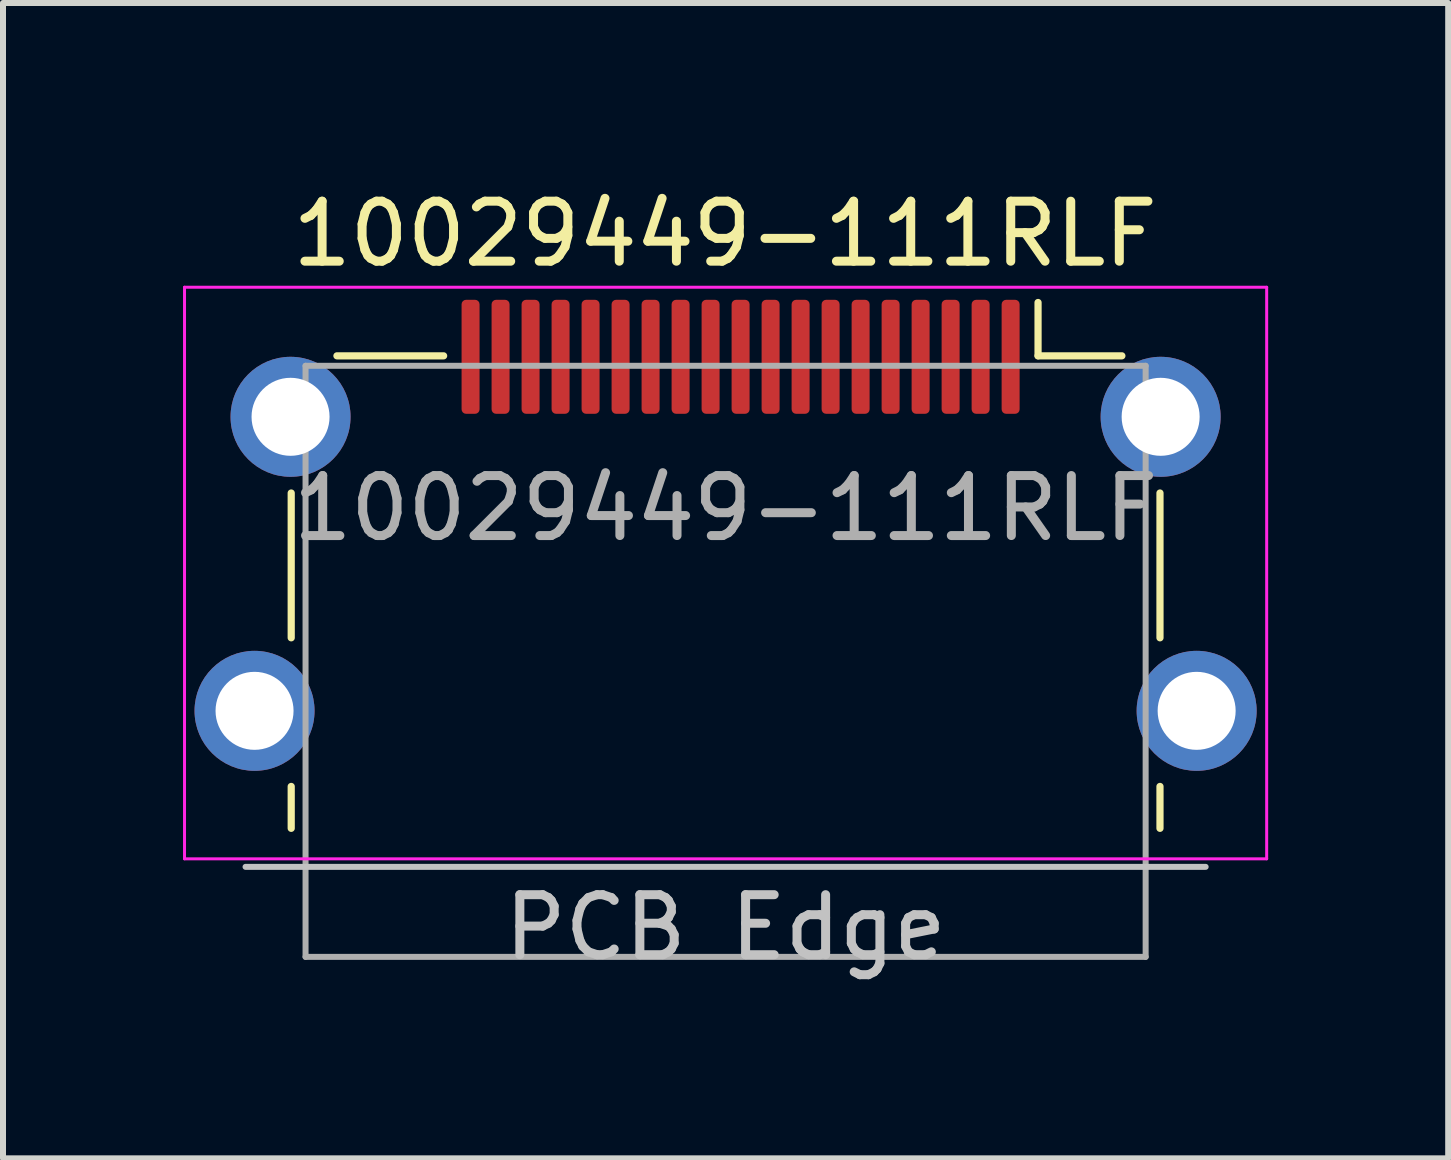
<source format=kicad_pcb>
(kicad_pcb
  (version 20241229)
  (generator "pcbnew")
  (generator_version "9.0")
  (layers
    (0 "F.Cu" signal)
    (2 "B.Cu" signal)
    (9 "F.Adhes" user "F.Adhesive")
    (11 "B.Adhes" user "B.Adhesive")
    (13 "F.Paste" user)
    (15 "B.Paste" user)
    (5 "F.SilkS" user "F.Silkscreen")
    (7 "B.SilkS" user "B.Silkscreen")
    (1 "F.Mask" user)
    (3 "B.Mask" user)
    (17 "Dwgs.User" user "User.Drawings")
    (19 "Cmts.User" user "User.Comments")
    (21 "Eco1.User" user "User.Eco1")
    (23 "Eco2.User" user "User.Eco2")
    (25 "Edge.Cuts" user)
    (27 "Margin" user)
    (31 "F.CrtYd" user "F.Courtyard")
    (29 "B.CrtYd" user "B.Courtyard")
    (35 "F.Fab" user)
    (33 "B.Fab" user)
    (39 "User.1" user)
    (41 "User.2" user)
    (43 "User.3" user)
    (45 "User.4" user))
  (footprint "10029449-111RLF"
    (layer "F.Cu")
    (at 9.042 3.896)
    (property "Reference" "10029449-111RLF" (at -0.01 -3.048 0) (layer "F.SilkS") (effects (font (size 1 1) (thickness 0.15))))
    (attr smd)
    (fp_line (start -7.239 3.683) (end -7.239 1.27) (stroke (width 0.12) (type solid)) (layer "F.SilkS"))
    (fp_line (start -7.239 6.858) (end -7.239 6.16) (stroke (width 0.12) (type solid)) (layer "F.SilkS"))
    (fp_line (start -6.477 -1.016) (end -4.699 -1.016) (stroke (width 0.12) (type solid)) (layer "F.SilkS"))
    (fp_line (start 5.207 -1.905) (end 5.207 -1.016) (stroke (width 0.12) (type solid)) (layer "F.SilkS"))
    (fp_line (start 6.604 -1.016) (end 5.207 -1.016) (stroke (width 0.12) (type solid)) (layer "F.SilkS"))
    (fp_line (start 7.239 3.683) (end 7.239 1.27) (stroke (width 0.12) (type solid)) (layer "F.SilkS"))
    (fp_line (start 7.239 6.858) (end 7.239 6.16) (stroke (width 0.12) (type solid)) (layer "F.SilkS"))
    (fp_line (start -8 7.5) (end 8 7.5) (stroke (width 0.1) (type solid)) (layer "Dwgs.User"))
    (fp_line (start -9.017 7.366) (end -9.017 -2.159) (stroke (width 0.05) (type solid)) (layer "F.CrtYd"))
    (fp_line (start -9.017 7.366) (end 9.017 7.366) (stroke (width 0.05) (type solid)) (layer "F.CrtYd"))
    (fp_line (start 9.017 -2.159) (end -9.017 -2.159) (stroke (width 0.05) (type solid)) (layer "F.CrtYd"))
    (fp_line (start 9.017 7.366) (end 9.017 -2.159) (stroke (width 0.05) (type solid)) (layer "F.CrtYd"))
    (fp_line (start -7 -0.85) (end -7 9) (stroke (width 0.1) (type solid)) (layer "F.Fab"))
    (fp_line (start -7 -0.85) (end 7 -0.85) (stroke (width 0.1) (type solid)) (layer "F.Fab"))
    (fp_line (start -7 9) (end 7 9) (stroke (width 0.1) (type solid)) (layer "F.Fab"))
    (fp_line (start 7 -0.85) (end 7 9) (stroke (width 0.1) (type solid)) (layer "F.Fab"))
    (fp_text user "PCB Edge" (at 0 8.509 0) (layer "Dwgs.User") (effects (font (size 1 1) (thickness 0.15))))
    (fp_text user "${REFERENCE}" (at 0 1.524 0) (layer "F.Fab") (effects (font (size 1 1) (thickness 0.15))))
    (pad "1" smd roundrect (at 4.75 -1) (size 0.3 1.9) (layers "F.Cu" "F.Mask" "F.Paste") (roundrect_rratio 0.25))
    (pad "2" smd roundrect (at 4.25 -1) (size 0.3 1.9) (layers "F.Cu" "F.Mask" "F.Paste") (roundrect_rratio 0.25))
    (pad "3" smd roundrect (at 3.75 -1) (size 0.3 1.9) (layers "F.Cu" "F.Mask" "F.Paste") (roundrect_rratio 0.25))
    (pad "4" smd roundrect (at 3.25 -1) (size 0.3 1.9) (layers "F.Cu" "F.Mask" "F.Paste") (roundrect_rratio 0.25))
    (pad "5" smd roundrect (at 2.75 -1) (size 0.3 1.9) (layers "F.Cu" "F.Mask" "F.Paste") (roundrect_rratio 0.25))
    (pad "6" smd roundrect (at 2.25 -1) (size 0.3 1.9) (layers "F.Cu" "F.Mask" "F.Paste") (roundrect_rratio 0.25))
    (pad "7" smd roundrect (at 1.75 -1) (size 0.3 1.9) (layers "F.Cu" "F.Mask" "F.Paste") (roundrect_rratio 0.25))
    (pad "8" smd roundrect (at 1.25 -1) (size 0.3 1.9) (layers "F.Cu" "F.Mask" "F.Paste") (roundrect_rratio 0.25))
    (pad "9" smd roundrect (at 0.75 -1) (size 0.3 1.9) (layers "F.Cu" "F.Mask" "F.Paste") (roundrect_rratio 0.25))
    (pad "10" smd roundrect (at 0.25 -1) (size 0.3 1.9) (layers "F.Cu" "F.Mask" "F.Paste") (roundrect_rratio 0.25))
    (pad "11" smd roundrect (at -0.25 -1) (size 0.3 1.9) (layers "F.Cu" "F.Mask" "F.Paste") (roundrect_rratio 0.25))
    (pad "12" smd roundrect (at -0.75 -1) (size 0.3 1.9) (layers "F.Cu" "F.Mask" "F.Paste") (roundrect_rratio 0.25))
    (pad "13" smd roundrect (at -1.25 -1) (size 0.3 1.9) (layers "F.Cu" "F.Mask" "F.Paste") (roundrect_rratio 0.25))
    (pad "14" smd roundrect (at -1.75 -1) (size 0.3 1.9) (layers "F.Cu" "F.Mask" "F.Paste") (roundrect_rratio 0.25))
    (pad "15" smd roundrect (at -2.25 -1) (size 0.3 1.9) (layers "F.Cu" "F.Mask" "F.Paste") (roundrect_rratio 0.25))
    (pad "16" smd roundrect (at -2.75 -1) (size 0.3 1.9) (layers "F.Cu" "F.Mask" "F.Paste") (roundrect_rratio 0.25))
    (pad "17" smd roundrect (at -3.25 -1) (size 0.3 1.9) (layers "F.Cu" "F.Mask" "F.Paste") (roundrect_rratio 0.25))
    (pad "18" smd roundrect (at -3.75 -1) (size 0.3 1.9) (layers "F.Cu" "F.Mask" "F.Paste") (roundrect_rratio 0.25))
    (pad "19" smd roundrect (at -4.25 -1) (size 0.3 1.9) (layers "F.Cu" "F.Mask" "F.Paste") (roundrect_rratio 0.25))
    (pad "SH" thru_hole circle (at -7.85 4.9) (size 2 2) (drill 1.3) (layers "*.Cu" "*.Mask"))
    (pad "SH" thru_hole circle (at -7.25 0) (size 2 2) (drill 1.3) (layers "*.Cu" "*.Mask"))
    (pad "SH" thru_hole circle (at 7.25 0) (size 2 2) (drill 1.3) (layers "*.Cu" "*.Mask"))
    (pad "SH" thru_hole circle (at 7.85 4.9) (size 2 2) (drill 1.3) (layers "*.Cu" "*.Mask")))
  (gr_rect
    (start -3 -3)
    (end 21.084 16.253)
    (stroke (width 0.1) (type default))
    (fill no)
    (layer "Edge.Cuts")))
</source>
